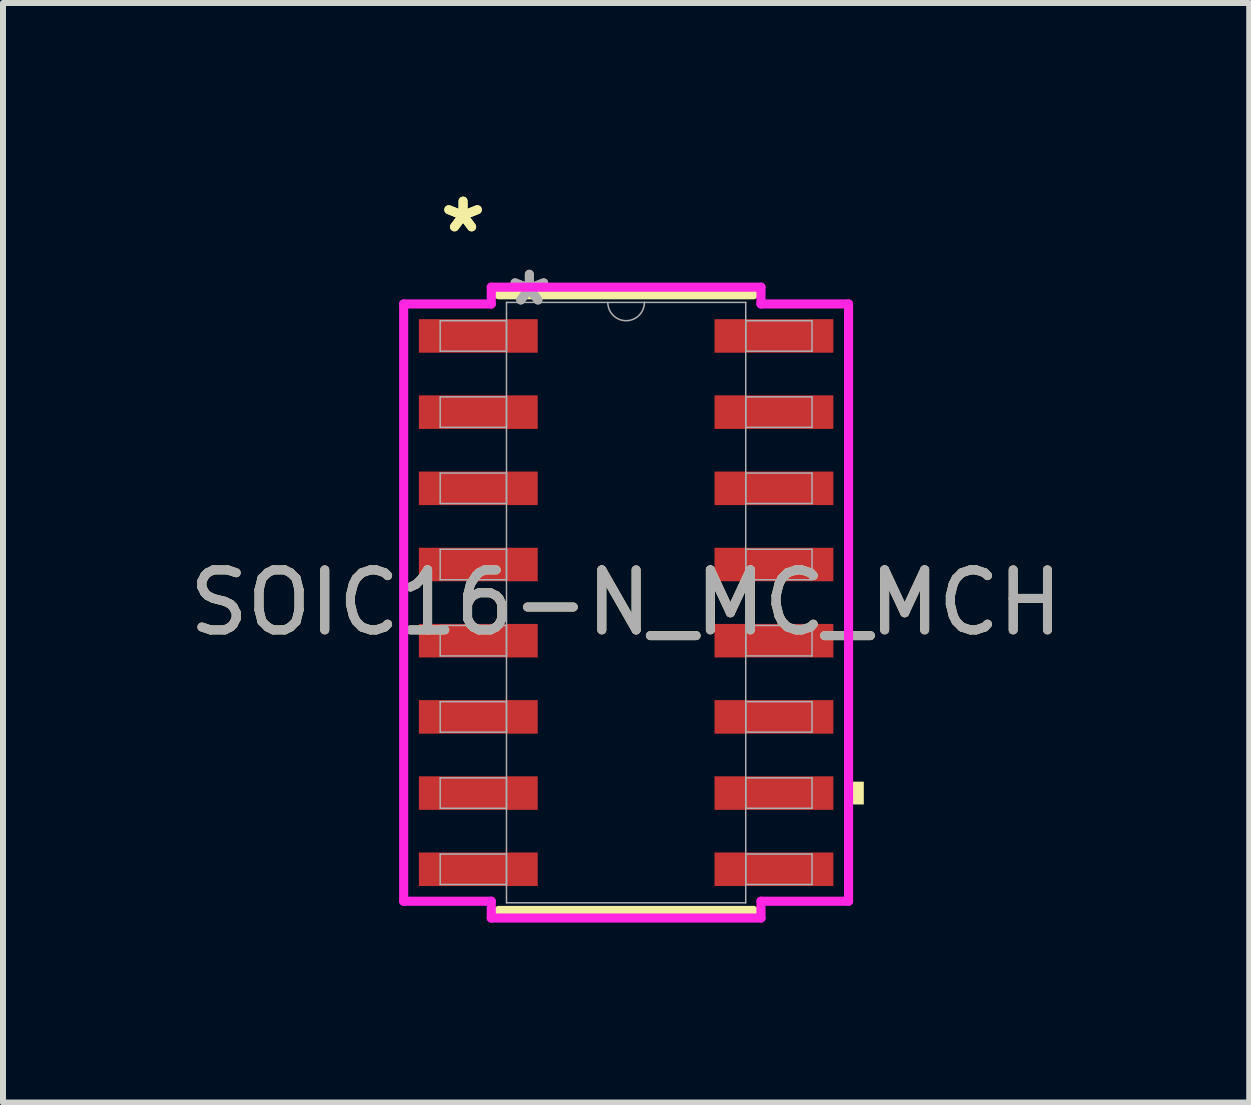
<source format=kicad_pcb>
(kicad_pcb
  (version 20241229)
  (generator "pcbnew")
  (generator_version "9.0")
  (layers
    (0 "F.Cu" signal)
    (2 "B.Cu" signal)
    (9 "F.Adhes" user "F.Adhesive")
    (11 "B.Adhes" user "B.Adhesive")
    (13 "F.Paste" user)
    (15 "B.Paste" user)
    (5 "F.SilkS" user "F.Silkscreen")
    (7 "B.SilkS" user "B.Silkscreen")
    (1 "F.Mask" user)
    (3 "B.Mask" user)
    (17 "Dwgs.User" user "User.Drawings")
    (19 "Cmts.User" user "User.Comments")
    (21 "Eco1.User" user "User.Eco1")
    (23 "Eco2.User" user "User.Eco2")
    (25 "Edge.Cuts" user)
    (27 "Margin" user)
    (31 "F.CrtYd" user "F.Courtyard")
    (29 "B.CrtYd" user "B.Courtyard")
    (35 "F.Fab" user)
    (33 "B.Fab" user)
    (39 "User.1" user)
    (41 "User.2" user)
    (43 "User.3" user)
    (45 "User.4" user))
  (footprint "SOIC16-N_MC_MCH"
    (layer "F.Cu")
    (at 7.387 6.995)
    (property "Reference" "SOIC16-N_MC_MCH" (at 0 0 0) (unlocked yes) (layer "F.SilkS") (effects (font (size 1 1) (thickness 0.15))))
    (attr smd)
    (fp_line (start -2.121 5.131) (end 2.121 5.131) (stroke (width 0.152) (type solid)) (layer "F.SilkS"))
    (fp_line (start 2.121 -5.131) (end -2.121 -5.131) (stroke (width 0.152) (type solid)) (layer "F.SilkS"))
    (fp_poly (pts (xy 3.962 2.985) (xy 3.962 3.365) (xy 3.708 3.365) (xy 3.708 2.985)) (stroke (width 0) (type solid)) (fill yes) (layer "F.SilkS"))
    (fp_line (start -3.708 -4.978) (end -2.248 -4.978) (stroke (width 0.152) (type solid)) (layer "F.CrtYd"))
    (fp_line (start -3.708 4.978) (end -3.708 -4.978) (stroke (width 0.152) (type solid)) (layer "F.CrtYd"))
    (fp_line (start -3.708 4.978) (end -2.248 4.978) (stroke (width 0.152) (type solid)) (layer "F.CrtYd"))
    (fp_line (start -2.248 -5.258) (end 2.248 -5.258) (stroke (width 0.152) (type solid)) (layer "F.CrtYd"))
    (fp_line (start -2.248 -4.978) (end -2.248 -5.258) (stroke (width 0.152) (type solid)) (layer "F.CrtYd"))
    (fp_line (start -2.248 5.258) (end -2.248 4.978) (stroke (width 0.152) (type solid)) (layer "F.CrtYd"))
    (fp_line (start 2.248 -5.258) (end 2.248 -4.978) (stroke (width 0.152) (type solid)) (layer "F.CrtYd"))
    (fp_line (start 2.248 4.978) (end 2.248 5.258) (stroke (width 0.152) (type solid)) (layer "F.CrtYd"))
    (fp_line (start 2.248 5.258) (end -2.248 5.258) (stroke (width 0.152) (type solid)) (layer "F.CrtYd"))
    (fp_line (start 3.708 -4.978) (end 2.248 -4.978) (stroke (width 0.152) (type solid)) (layer "F.CrtYd"))
    (fp_line (start 3.708 -4.978) (end 3.708 4.978) (stroke (width 0.152) (type solid)) (layer "F.CrtYd"))
    (fp_line (start 3.708 4.978) (end 2.248 4.978) (stroke (width 0.152) (type solid)) (layer "F.CrtYd"))
    (fp_line (start -3.099 -4.699) (end -3.099 -4.191) (stroke (width 0.025) (type solid)) (layer "F.Fab"))
    (fp_line (start -3.099 -4.191) (end -1.994 -4.191) (stroke (width 0.025) (type solid)) (layer "F.Fab"))
    (fp_line (start -3.099 -3.429) (end -3.099 -2.921) (stroke (width 0.025) (type solid)) (layer "F.Fab"))
    (fp_line (start -3.099 -2.921) (end -1.994 -2.921) (stroke (width 0.025) (type solid)) (layer "F.Fab"))
    (fp_line (start -3.099 -2.159) (end -3.099 -1.651) (stroke (width 0.025) (type solid)) (layer "F.Fab"))
    (fp_line (start -3.099 -1.651) (end -1.994 -1.651) (stroke (width 0.025) (type solid)) (layer "F.Fab"))
    (fp_line (start -3.099 -0.889) (end -3.099 -0.381) (stroke (width 0.025) (type solid)) (layer "F.Fab"))
    (fp_line (start -3.099 -0.381) (end -1.994 -0.381) (stroke (width 0.025) (type solid)) (layer "F.Fab"))
    (fp_line (start -3.099 0.381) (end -3.099 0.889) (stroke (width 0.025) (type solid)) (layer "F.Fab"))
    (fp_line (start -3.099 0.889) (end -1.994 0.889) (stroke (width 0.025) (type solid)) (layer "F.Fab"))
    (fp_line (start -3.099 1.651) (end -3.099 2.159) (stroke (width 0.025) (type solid)) (layer "F.Fab"))
    (fp_line (start -3.099 2.159) (end -1.994 2.159) (stroke (width 0.025) (type solid)) (layer "F.Fab"))
    (fp_line (start -3.099 2.921) (end -3.099 3.429) (stroke (width 0.025) (type solid)) (layer "F.Fab"))
    (fp_line (start -3.099 3.429) (end -1.994 3.429) (stroke (width 0.025) (type solid)) (layer "F.Fab"))
    (fp_line (start -3.099 4.191) (end -3.099 4.699) (stroke (width 0.025) (type solid)) (layer "F.Fab"))
    (fp_line (start -3.099 4.699) (end -1.994 4.699) (stroke (width 0.025) (type solid)) (layer "F.Fab"))
    (fp_line (start -1.994 -5.004) (end -1.994 5.004) (stroke (width 0.025) (type solid)) (layer "F.Fab"))
    (fp_line (start -1.994 -4.699) (end -3.099 -4.699) (stroke (width 0.025) (type solid)) (layer "F.Fab"))
    (fp_line (start -1.994 -4.191) (end -1.994 -4.699) (stroke (width 0.025) (type solid)) (layer "F.Fab"))
    (fp_line (start -1.994 -3.429) (end -3.099 -3.429) (stroke (width 0.025) (type solid)) (layer "F.Fab"))
    (fp_line (start -1.994 -2.921) (end -1.994 -3.429) (stroke (width 0.025) (type solid)) (layer "F.Fab"))
    (fp_line (start -1.994 -2.159) (end -3.099 -2.159) (stroke (width 0.025) (type solid)) (layer "F.Fab"))
    (fp_line (start -1.994 -1.651) (end -1.994 -2.159) (stroke (width 0.025) (type solid)) (layer "F.Fab"))
    (fp_line (start -1.994 -0.889) (end -3.099 -0.889) (stroke (width 0.025) (type solid)) (layer "F.Fab"))
    (fp_line (start -1.994 -0.381) (end -1.994 -0.889) (stroke (width 0.025) (type solid)) (layer "F.Fab"))
    (fp_line (start -1.994 0.381) (end -3.099 0.381) (stroke (width 0.025) (type solid)) (layer "F.Fab"))
    (fp_line (start -1.994 0.889) (end -1.994 0.381) (stroke (width 0.025) (type solid)) (layer "F.Fab"))
    (fp_line (start -1.994 1.651) (end -3.099 1.651) (stroke (width 0.025) (type solid)) (layer "F.Fab"))
    (fp_line (start -1.994 2.159) (end -1.994 1.651) (stroke (width 0.025) (type solid)) (layer "F.Fab"))
    (fp_line (start -1.994 2.921) (end -3.099 2.921) (stroke (width 0.025) (type solid)) (layer "F.Fab"))
    (fp_line (start -1.994 3.429) (end -1.994 2.921) (stroke (width 0.025) (type solid)) (layer "F.Fab"))
    (fp_line (start -1.994 4.191) (end -3.099 4.191) (stroke (width 0.025) (type solid)) (layer "F.Fab"))
    (fp_line (start -1.994 4.699) (end -1.994 4.191) (stroke (width 0.025) (type solid)) (layer "F.Fab"))
    (fp_line (start -1.994 5.004) (end 1.994 5.004) (stroke (width 0.025) (type solid)) (layer "F.Fab"))
    (fp_line (start 1.994 -5.004) (end -1.994 -5.004) (stroke (width 0.025) (type solid)) (layer "F.Fab"))
    (fp_line (start 1.994 -4.699) (end 1.994 -4.191) (stroke (width 0.025) (type solid)) (layer "F.Fab"))
    (fp_line (start 1.994 -4.191) (end 3.099 -4.191) (stroke (width 0.025) (type solid)) (layer "F.Fab"))
    (fp_line (start 1.994 -3.429) (end 1.994 -2.921) (stroke (width 0.025) (type solid)) (layer "F.Fab"))
    (fp_line (start 1.994 -2.921) (end 3.099 -2.921) (stroke (width 0.025) (type solid)) (layer "F.Fab"))
    (fp_line (start 1.994 -2.159) (end 1.994 -1.651) (stroke (width 0.025) (type solid)) (layer "F.Fab"))
    (fp_line (start 1.994 -1.651) (end 3.099 -1.651) (stroke (width 0.025) (type solid)) (layer "F.Fab"))
    (fp_line (start 1.994 -0.889) (end 1.994 -0.381) (stroke (width 0.025) (type solid)) (layer "F.Fab"))
    (fp_line (start 1.994 -0.381) (end 3.099 -0.381) (stroke (width 0.025) (type solid)) (layer "F.Fab"))
    (fp_line (start 1.994 0.381) (end 1.994 0.889) (stroke (width 0.025) (type solid)) (layer "F.Fab"))
    (fp_line (start 1.994 0.889) (end 3.099 0.889) (stroke (width 0.025) (type solid)) (layer "F.Fab"))
    (fp_line (start 1.994 1.651) (end 1.994 2.159) (stroke (width 0.025) (type solid)) (layer "F.Fab"))
    (fp_line (start 1.994 2.159) (end 3.099 2.159) (stroke (width 0.025) (type solid)) (layer "F.Fab"))
    (fp_line (start 1.994 2.921) (end 1.994 3.429) (stroke (width 0.025) (type solid)) (layer "F.Fab"))
    (fp_line (start 1.994 3.429) (end 3.099 3.429) (stroke (width 0.025) (type solid)) (layer "F.Fab"))
    (fp_line (start 1.994 4.191) (end 1.994 4.699) (stroke (width 0.025) (type solid)) (layer "F.Fab"))
    (fp_line (start 1.994 4.699) (end 3.099 4.699) (stroke (width 0.025) (type solid)) (layer "F.Fab"))
    (fp_line (start 1.994 5.004) (end 1.994 -5.004) (stroke (width 0.025) (type solid)) (layer "F.Fab"))
    (fp_line (start 3.099 -4.699) (end 1.994 -4.699) (stroke (width 0.025) (type solid)) (layer "F.Fab"))
    (fp_line (start 3.099 -4.191) (end 3.099 -4.699) (stroke (width 0.025) (type solid)) (layer "F.Fab"))
    (fp_line (start 3.099 -3.429) (end 1.994 -3.429) (stroke (width 0.025) (type solid)) (layer "F.Fab"))
    (fp_line (start 3.099 -2.921) (end 3.099 -3.429) (stroke (width 0.025) (type solid)) (layer "F.Fab"))
    (fp_line (start 3.099 -2.159) (end 1.994 -2.159) (stroke (width 0.025) (type solid)) (layer "F.Fab"))
    (fp_line (start 3.099 -1.651) (end 3.099 -2.159) (stroke (width 0.025) (type solid)) (layer "F.Fab"))
    (fp_line (start 3.099 -0.889) (end 1.994 -0.889) (stroke (width 0.025) (type solid)) (layer "F.Fab"))
    (fp_line (start 3.099 -0.381) (end 3.099 -0.889) (stroke (width 0.025) (type solid)) (layer "F.Fab"))
    (fp_line (start 3.099 0.381) (end 1.994 0.381) (stroke (width 0.025) (type solid)) (layer "F.Fab"))
    (fp_line (start 3.099 0.889) (end 3.099 0.381) (stroke (width 0.025) (type solid)) (layer "F.Fab"))
    (fp_line (start 3.099 1.651) (end 1.994 1.651) (stroke (width 0.025) (type solid)) (layer "F.Fab"))
    (fp_line (start 3.099 2.159) (end 3.099 1.651) (stroke (width 0.025) (type solid)) (layer "F.Fab"))
    (fp_line (start 3.099 2.921) (end 1.994 2.921) (stroke (width 0.025) (type solid)) (layer "F.Fab"))
    (fp_line (start 3.099 3.429) (end 3.099 2.921) (stroke (width 0.025) (type solid)) (layer "F.Fab"))
    (fp_line (start 3.099 4.191) (end 1.994 4.191) (stroke (width 0.025) (type solid)) (layer "F.Fab"))
    (fp_line (start 3.099 4.699) (end 3.099 4.191) (stroke (width 0.025) (type solid)) (layer "F.Fab"))
    (fp_arc (start 0.3048 -5.0038) (mid 0 -4.699) (end -0.3048 -5.0038) (stroke (width 0.0254) (type solid)) (layer "F.Fab"))
    (fp_text user "*" (at -2.718 -6.147 0) (unlocked yes) (layer "F.SilkS") (effects (font (size 1 1) (thickness 0.15))))
    (fp_text user "*" (at -2.718 -6.147 0) (layer "F.SilkS") (effects (font (size 1 1) (thickness 0.15))))
    (fp_text user "*" (at -1.613 -4.928 0) (layer "F.Fab") (effects (font (size 1 1) (thickness 0.15))))
    (fp_text user "${REFERENCE}" (at 0 0 0) (unlocked yes) (layer "F.Fab") (effects (font (size 1 1) (thickness 0.15))))
    (fp_text user "*" (at -1.613 -4.928 0) (unlocked yes) (layer "F.Fab") (effects (font (size 1 1) (thickness 0.15))))
    (pad "1" smd rect (at -2.464 -4.445) (size 1.981 0.559) (layers "F.Cu" "F.Mask" "F.Paste"))
    (pad "2" smd rect (at -2.464 -3.175) (size 1.981 0.559) (layers "F.Cu" "F.Mask" "F.Paste"))
    (pad "3" smd rect (at -2.464 -1.905) (size 1.981 0.559) (layers "F.Cu" "F.Mask" "F.Paste"))
    (pad "4" smd rect (at -2.464 -0.635) (size 1.981 0.559) (layers "F.Cu" "F.Mask" "F.Paste"))
    (pad "5" smd rect (at -2.464 0.635) (size 1.981 0.559) (layers "F.Cu" "F.Mask" "F.Paste"))
    (pad "6" smd rect (at -2.464 1.905) (size 1.981 0.559) (layers "F.Cu" "F.Mask" "F.Paste"))
    (pad "7" smd rect (at -2.464 3.175) (size 1.981 0.559) (layers "F.Cu" "F.Mask" "F.Paste"))
    (pad "8" smd rect (at -2.464 4.445) (size 1.981 0.559) (layers "F.Cu" "F.Mask" "F.Paste"))
    (pad "9" smd rect (at 2.464 4.445) (size 1.981 0.559) (layers "F.Cu" "F.Mask" "F.Paste"))
    (pad "10" smd rect (at 2.464 3.175) (size 1.981 0.559) (layers "F.Cu" "F.Mask" "F.Paste"))
    (pad "11" smd rect (at 2.464 1.905) (size 1.981 0.559) (layers "F.Cu" "F.Mask" "F.Paste"))
    (pad "12" smd rect (at 2.464 0.635) (size 1.981 0.559) (layers "F.Cu" "F.Mask" "F.Paste"))
    (pad "13" smd rect (at 2.464 -0.635) (size 1.981 0.559) (layers "F.Cu" "F.Mask" "F.Paste"))
    (pad "14" smd rect (at 2.464 -1.905) (size 1.981 0.559) (layers "F.Cu" "F.Mask" "F.Paste"))
    (pad "15" smd rect (at 2.464 -3.175) (size 1.981 0.559) (layers "F.Cu" "F.Mask" "F.Paste"))
    (pad "16" smd rect (at 2.464 -4.445) (size 1.981 0.559) (layers "F.Cu" "F.Mask" "F.Paste")))
  (gr_rect
    (start -3 -3)
    (end 17.774 15.329)
    (stroke (width 0.1) (type default))
    (fill no)
    (layer "Edge.Cuts")))
</source>
